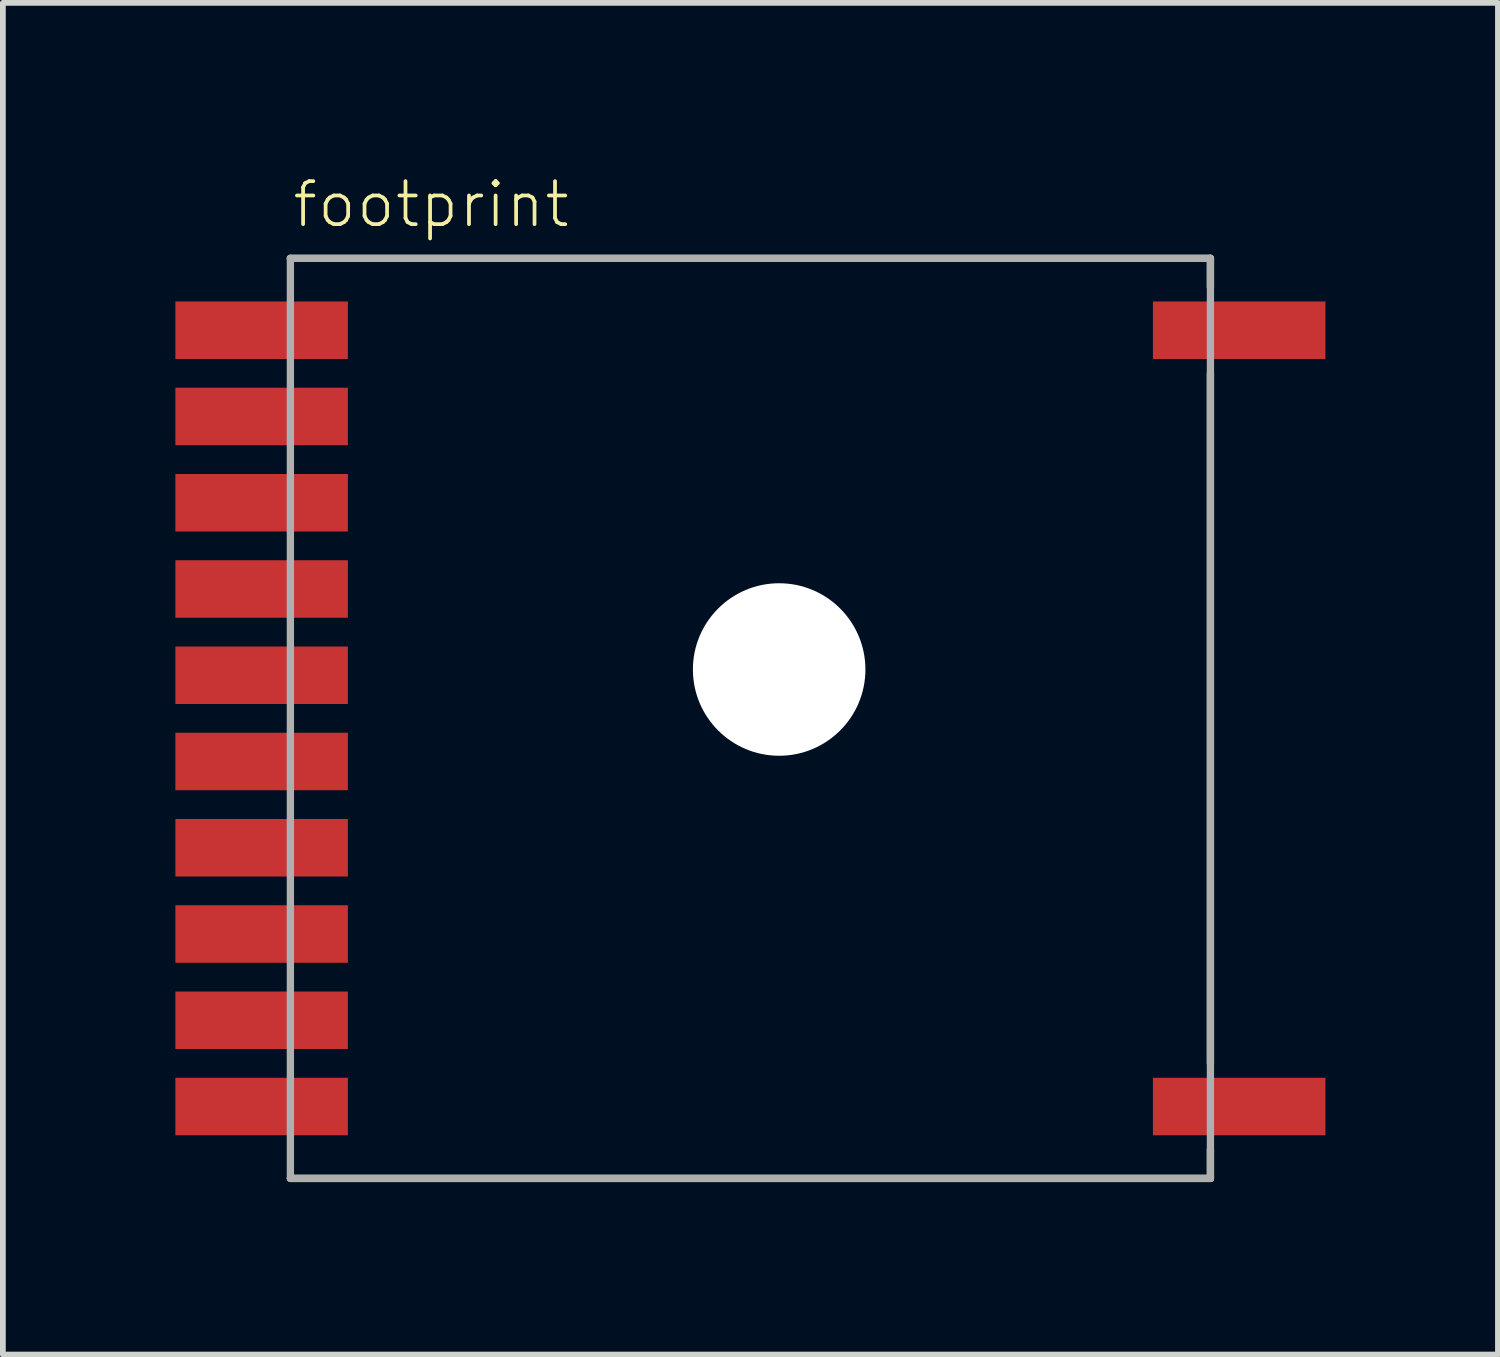
<source format=kicad_pcb>
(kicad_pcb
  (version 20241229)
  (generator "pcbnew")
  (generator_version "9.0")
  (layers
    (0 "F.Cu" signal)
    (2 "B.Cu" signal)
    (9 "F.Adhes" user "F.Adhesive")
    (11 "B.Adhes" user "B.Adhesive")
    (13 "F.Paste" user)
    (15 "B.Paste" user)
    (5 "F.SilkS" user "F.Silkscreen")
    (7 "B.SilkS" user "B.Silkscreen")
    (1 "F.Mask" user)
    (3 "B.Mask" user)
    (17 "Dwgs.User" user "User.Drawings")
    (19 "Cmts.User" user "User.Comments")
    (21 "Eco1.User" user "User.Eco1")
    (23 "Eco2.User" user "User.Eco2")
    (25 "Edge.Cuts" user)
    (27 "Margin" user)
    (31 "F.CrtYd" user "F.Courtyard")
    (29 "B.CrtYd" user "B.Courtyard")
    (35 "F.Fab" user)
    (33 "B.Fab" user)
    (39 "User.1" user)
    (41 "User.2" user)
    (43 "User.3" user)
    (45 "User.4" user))
  (footprint "footprint"
    (layer "F.Cu")
    (at 10 9.443)
    (property "Reference" "footprint" (at -8 -8.5 0) (layer "F.SilkS") (effects (font (size 0.748 0.748) (thickness 0.065)) (justify left bottom)))
    (fp_line (start -8 -8) (end 8 -8) (stroke (width 0.127) (type solid)) (layer "F.SilkS"))
    (fp_line (start 8 -8) (end 8 -7.5) (stroke (width 0.127) (type solid)) (layer "F.SilkS"))
    (fp_line (start 8 -6) (end 8 6) (stroke (width 0.127) (type solid)) (layer "F.SilkS"))
    (fp_line (start 8 7.5) (end 8 8) (stroke (width 0.127) (type solid)) (layer "F.SilkS"))
    (fp_line (start 8 8) (end -8 8) (stroke (width 0.127) (type solid)) (layer "F.SilkS"))
    (fp_line (start -8 -8) (end 8 -8) (stroke (width 0.127) (type solid)) (layer "F.Fab"))
    (fp_line (start -8 8) (end -8 -8) (stroke (width 0.127) (type solid)) (layer "F.Fab"))
    (fp_line (start 8 -8) (end 8 8) (stroke (width 0.127) (type solid)) (layer "F.Fab"))
    (fp_line (start 8 8) (end -8 8) (stroke (width 0.127) (type solid)) (layer "F.Fab"))
    (fp_circle (center 0.5 -0.85) (end 1 -0.85) (stroke (width 0.813) (type solid)) (fill no) (layer "F.Fab"))
    (pad "" np_thru_hole circle (at 0.5 -0.85) (size 3 3) (drill 3) (layers "*.Cu" "*.Mask"))
    (pad "P$1" smd rect (at -8.5 -6.75) (size 3 1) (layers "F.Cu" "F.Mask" "F.Paste"))
    (pad "P$2" smd rect (at -8.5 -5.25) (size 3 1) (layers "F.Cu" "F.Mask" "F.Paste"))
    (pad "P$3" smd rect (at -8.5 -3.75) (size 3 1) (layers "F.Cu" "F.Mask" "F.Paste"))
    (pad "P$4" smd rect (at -8.5 -2.25) (size 3 1) (layers "F.Cu" "F.Mask" "F.Paste"))
    (pad "P$5" smd rect (at -8.5 -0.75) (size 3 1) (layers "F.Cu" "F.Mask" "F.Paste"))
    (pad "P$6" smd rect (at -8.5 0.75) (size 3 1) (layers "F.Cu" "F.Mask" "F.Paste"))
    (pad "P$7" smd rect (at -8.5 2.25) (size 3 1) (layers "F.Cu" "F.Mask" "F.Paste"))
    (pad "P$8" smd rect (at -8.5 3.75) (size 3 1) (layers "F.Cu" "F.Mask" "F.Paste"))
    (pad "P$9" smd rect (at -8.5 5.25) (size 3 1) (layers "F.Cu" "F.Mask" "F.Paste"))
    (pad "P$10" smd rect (at -8.5 6.75) (size 3 1) (layers "F.Cu" "F.Mask" "F.Paste"))
    (pad "P$11" smd rect (at 8.5 -6.75 180) (size 3 1) (layers "F.Cu" "F.Mask" "F.Paste"))
    (pad "P$12" smd rect (at 8.5 6.75 180) (size 3 1) (layers "F.Cu" "F.Mask" "F.Paste")))
  (gr_rect
    (start -3 -3)
    (end 23 20.506)
    (stroke (width 0.1) (type default))
    (fill no)
    (layer "Edge.Cuts")))
</source>
